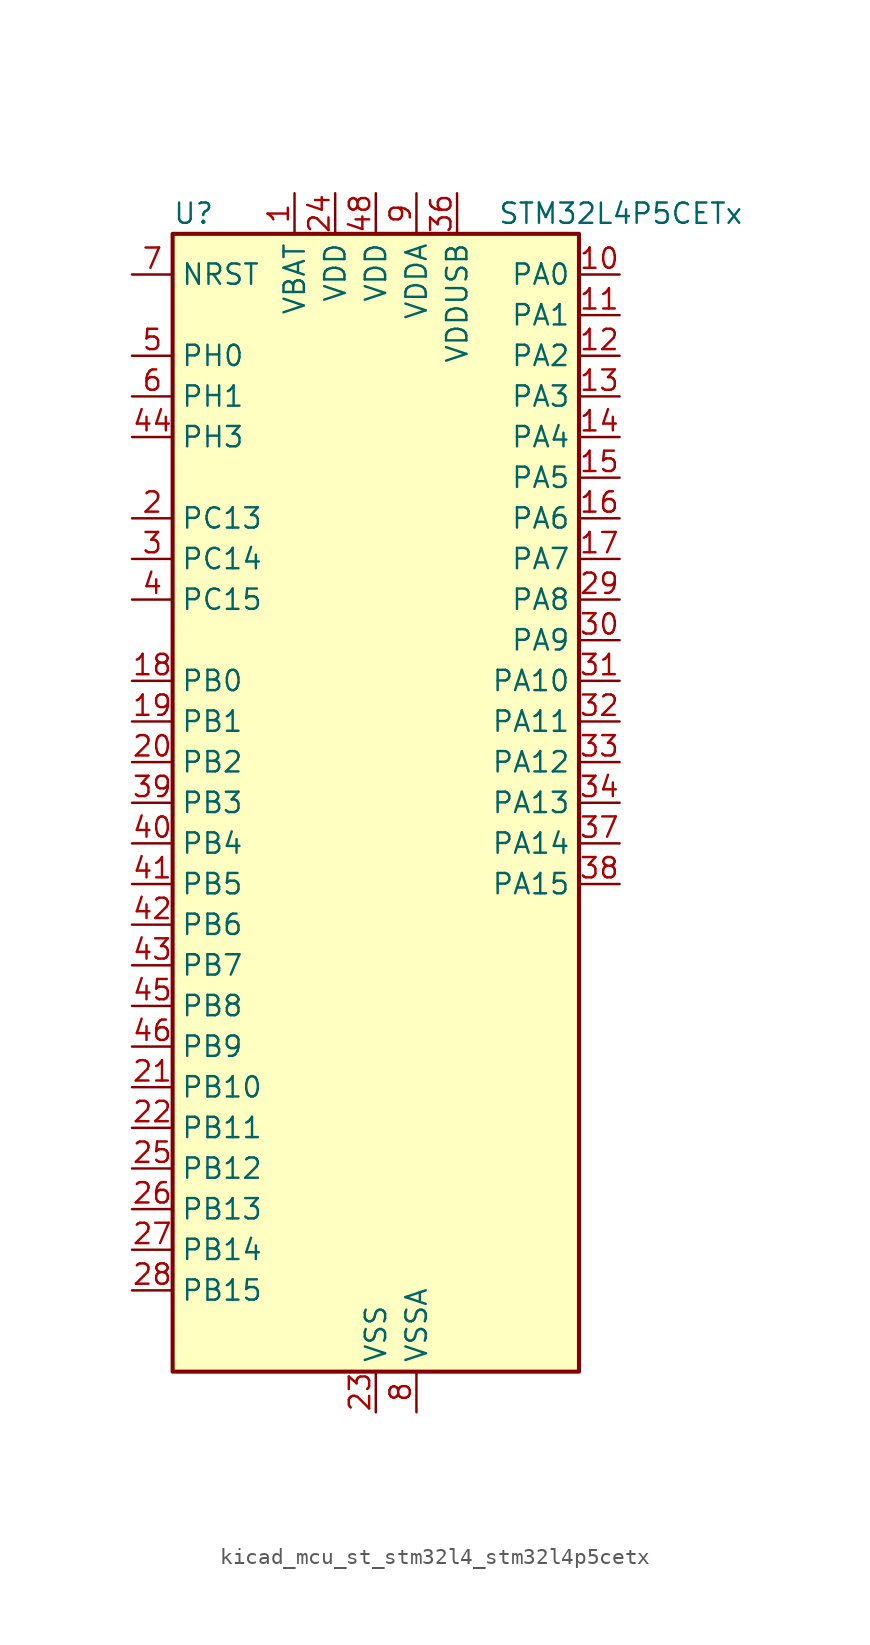
<source format=kicad_sym>
(kicad_symbol_lib
  (version 20220914)
  (generator kicad_symbol_editor)
  (symbol "kicad_mcu_st_stm32l4_stm32l4p5cetx"
    (property "Reference" "U"
      (at -12.7 36.83 0)
      (effects (font (size 1.27 1.27)) (justify left)))
    (property "Value" "STM32L4P5CETx"
      (at 7.62 36.83 0)
      (effects (font (size 1.27 1.27)) (justify left)))
    (property "ki_locked" ""
      (at 0 0 0)
      (effects (font (size 1.27 1.27))))
    (symbol "kicad_mcu_st_stm32l4_stm32l4p5cetx_0_1"
      (rectangle (start -12.7 -35.56) (end 12.7 35.56) (stroke (width 0.254) (type default)) (fill (type background))))
    (symbol "kicad_mcu_st_stm32l4_stm32l4p5cetx_1_1"
      (pin power_in line (at -5.08 38.1 270) (length 2.54) (name "VBAT" (effects (font (size 1.27 1.27)))) (number "1" (effects (font (size 1.27 1.27)))))
      (pin bidirectional line (at 15.24 33.02 180) (length 2.54) (name "PA0" (effects (font (size 1.27 1.27)))) (number "10" (effects (font (size 1.27 1.27)))) (alternate "ADC1_IN5" bidirectional line) (alternate "ADC2_IN5" bidirectional line) (alternate "OPAMP1_VINP" bidirectional line) (alternate "RTC_TAMP2" bidirectional line) (alternate "SAI1_EXTCLK" bidirectional line) (alternate "SYS_WKUP1" bidirectional line) (alternate "TIM2_CH1" bidirectional line) (alternate "TIM2_ETR" bidirectional line) (alternate "TIM5_CH1" bidirectional line) (alternate "TIM8_ETR" bidirectional line) (alternate "UART4_TX" bidirectional line) (alternate "USART2_CTS" bidirectional line) (alternate "USART2_NSS" bidirectional line))
      (pin bidirectional line (at 15.24 30.48 180) (length 2.54) (name "PA1" (effects (font (size 1.27 1.27)))) (number "11" (effects (font (size 1.27 1.27)))) (alternate "ADC1_IN6" bidirectional line) (alternate "ADC2_IN6" bidirectional line) (alternate "I2C1_SMBA" bidirectional line) (alternate "OCTOSPIM_P1_DQS" bidirectional line) (alternate "OPAMP1_VINM" bidirectional line) (alternate "SDMMC2_CMD" bidirectional line) (alternate "SPI1_SCK" bidirectional line) (alternate "TIM15_CH1N" bidirectional line) (alternate "TIM2_CH2" bidirectional line) (alternate "TIM5_CH2" bidirectional line) (alternate "UART4_RX" bidirectional line) (alternate "USART2_DE" bidirectional line) (alternate "USART2_RTS" bidirectional line))
      (pin bidirectional line (at 15.24 27.94 180) (length 2.54) (name "PA2" (effects (font (size 1.27 1.27)))) (number "12" (effects (font (size 1.27 1.27)))) (alternate "ADC1_IN7" bidirectional line) (alternate "ADC2_IN7" bidirectional line) (alternate "LPUART1_TX" bidirectional line) (alternate "OCTOSPIM_P1_NCS" bidirectional line) (alternate "RCC_LSCO" bidirectional line) (alternate "SAI2_EXTCLK" bidirectional line) (alternate "SYS_WKUP4" bidirectional line) (alternate "TIM15_CH1" bidirectional line) (alternate "TIM2_CH3" bidirectional line) (alternate "TIM5_CH3" bidirectional line) (alternate "USART2_TX" bidirectional line))
      (pin bidirectional line (at 15.24 25.4 180) (length 2.54) (name "PA3" (effects (font (size 1.27 1.27)))) (number "13" (effects (font (size 1.27 1.27)))) (alternate "ADC1_IN8" bidirectional line) (alternate "ADC2_IN8" bidirectional line) (alternate "LPUART1_RX" bidirectional line) (alternate "OCTOSPIM_P1_CLK" bidirectional line) (alternate "OPAMP1_VOUT" bidirectional line) (alternate "SAI1_CK1" bidirectional line) (alternate "SAI1_MCLK_A" bidirectional line) (alternate "TIM15_CH2" bidirectional line) (alternate "TIM2_CH4" bidirectional line) (alternate "TIM5_CH4" bidirectional line) (alternate "USART2_RX" bidirectional line))
      (pin bidirectional line (at 15.24 22.86 180) (length 2.54) (name "PA4" (effects (font (size 1.27 1.27)))) (number "14" (effects (font (size 1.27 1.27)))) (alternate "ADC1_IN9" bidirectional line) (alternate "ADC2_IN9" bidirectional line) (alternate "DAC1_OUT1" bidirectional line) (alternate "LPTIM2_OUT" bidirectional line) (alternate "LTDC_CLK" bidirectional line) (alternate "OCTOSPIM_P1_NCS" bidirectional line) (alternate "SAI1_FS_B" bidirectional line) (alternate "SPI1_NSS" bidirectional line) (alternate "SPI3_NSS" bidirectional line) (alternate "USART2_CK" bidirectional line))
      (pin bidirectional line (at 15.24 20.32 180) (length 2.54) (name "PA5" (effects (font (size 1.27 1.27)))) (number "15" (effects (font (size 1.27 1.27)))) (alternate "ADC1_IN10" bidirectional line) (alternate "ADC2_IN10" bidirectional line) (alternate "DAC1_OUT2" bidirectional line) (alternate "LPTIM2_ETR" bidirectional line) (alternate "LTDC_R7" bidirectional line) (alternate "SPI1_SCK" bidirectional line) (alternate "TIM2_CH1" bidirectional line) (alternate "TIM2_ETR" bidirectional line) (alternate "TIM8_CH1N" bidirectional line))
      (pin bidirectional line (at 15.24 17.78 180) (length 2.54) (name "PA6" (effects (font (size 1.27 1.27)))) (number "16" (effects (font (size 1.27 1.27)))) (alternate "ADC1_IN11" bidirectional line) (alternate "ADC2_IN11" bidirectional line) (alternate "LPUART1_CTS" bidirectional line) (alternate "OCTOSPIM_P1_IO3" bidirectional line) (alternate "OPAMP2_VINP" bidirectional line) (alternate "SPI1_MISO" bidirectional line) (alternate "TIM16_CH1" bidirectional line) (alternate "TIM1_BKIN" bidirectional line) (alternate "TIM3_CH1" bidirectional line) (alternate "TIM8_BKIN" bidirectional line) (alternate "USART3_CTS" bidirectional line) (alternate "USART3_NSS" bidirectional line))
      (pin bidirectional line (at 15.24 15.24 180) (length 2.54) (name "PA7" (effects (font (size 1.27 1.27)))) (number "17" (effects (font (size 1.27 1.27)))) (alternate "ADC1_IN12" bidirectional line) (alternate "ADC2_IN12" bidirectional line) (alternate "I2C3_SCL" bidirectional line) (alternate "OCTOSPIM_P1_IO2" bidirectional line) (alternate "OPAMP2_VINM" bidirectional line) (alternate "SPI1_MOSI" bidirectional line) (alternate "TIM17_CH1" bidirectional line) (alternate "TIM1_CH1N" bidirectional line) (alternate "TIM3_CH2" bidirectional line) (alternate "TIM8_CH1N" bidirectional line))
      (pin bidirectional line (at -15.24 7.62 0) (length 2.54) (name "PB0" (effects (font (size 1.27 1.27)))) (number "18" (effects (font (size 1.27 1.27)))) (alternate "ADC1_IN15" bidirectional line) (alternate "ADC2_IN15" bidirectional line) (alternate "COMP1_OUT" bidirectional line) (alternate "LTDC_B6" bidirectional line) (alternate "OCTOSPIM_P1_IO1" bidirectional line) (alternate "OPAMP2_VOUT" bidirectional line) (alternate "SAI1_EXTCLK" bidirectional line) (alternate "SPI1_NSS" bidirectional line) (alternate "TIM1_CH2N" bidirectional line) (alternate "TIM3_CH3" bidirectional line) (alternate "TIM8_CH2N" bidirectional line) (alternate "USART3_CK" bidirectional line))
      (pin bidirectional line (at -15.24 5.08 0) (length 2.54) (name "PB1" (effects (font (size 1.27 1.27)))) (number "19" (effects (font (size 1.27 1.27)))) (alternate "ADC1_IN16" bidirectional line) (alternate "ADC2_IN16" bidirectional line) (alternate "COMP1_INM" bidirectional line) (alternate "DFSDM1_DATIN0" bidirectional line) (alternate "LPTIM2_IN1" bidirectional line) (alternate "LPUART1_DE" bidirectional line) (alternate "LPUART1_RTS" bidirectional line) (alternate "LTDC_G6" bidirectional line) (alternate "OCTOSPIM_P1_IO0" bidirectional line) (alternate "TIM1_CH3N" bidirectional line) (alternate "TIM3_CH4" bidirectional line) (alternate "TIM8_CH3N" bidirectional line) (alternate "USART3_DE" bidirectional line) (alternate "USART3_RTS" bidirectional line))
      (pin bidirectional line (at -15.24 17.78 0) (length 2.54) (name "PC13" (effects (font (size 1.27 1.27)))) (number "2" (effects (font (size 1.27 1.27)))) (alternate "RTC_OUT1" bidirectional line) (alternate "RTC_TAMP1" bidirectional line) (alternate "RTC_TS" bidirectional line) (alternate "SYS_WKUP2" bidirectional line))
      (pin bidirectional line (at -15.24 2.54 0) (length 2.54) (name "PB2" (effects (font (size 1.27 1.27)))) (number "20" (effects (font (size 1.27 1.27)))) (alternate "COMP1_INP" bidirectional line) (alternate "DFSDM1_CKIN0" bidirectional line) (alternate "I2C3_SMBA" bidirectional line) (alternate "LPTIM1_OUT" bidirectional line) (alternate "OCTOSPIM_P1_DQS" bidirectional line) (alternate "RTC_OUT2" bidirectional line))
      (pin bidirectional line (at -15.24 -17.78 0) (length 2.54) (name "PB10" (effects (font (size 1.27 1.27)))) (number "21" (effects (font (size 1.27 1.27)))) (alternate "COMP1_OUT" bidirectional line) (alternate "I2C2_SCL" bidirectional line) (alternate "I2C4_SCL" bidirectional line) (alternate "LPUART1_RX" bidirectional line) (alternate "OCTOSPIM_P1_CLK" bidirectional line) (alternate "OCTOSPIM_P1_IO3" bidirectional line) (alternate "SAI1_SCK_A" bidirectional line) (alternate "SPI2_SCK" bidirectional line) (alternate "TIM2_CH3" bidirectional line) (alternate "TSC_SYNC" bidirectional line) (alternate "USART3_TX" bidirectional line))
      (pin bidirectional line (at -15.24 -20.32 0) (length 2.54) (name "PB11" (effects (font (size 1.27 1.27)))) (number "22" (effects (font (size 1.27 1.27)))) (alternate "ADC1_EXTI11" bidirectional line) (alternate "ADC2_EXTI11" bidirectional line) (alternate "COMP2_OUT" bidirectional line) (alternate "I2C2_SDA" bidirectional line) (alternate "I2C4_SDA" bidirectional line) (alternate "LPUART1_TX" bidirectional line) (alternate "LTDC_VSYNC" bidirectional line) (alternate "OCTOSPIM_P1_NCS" bidirectional line) (alternate "TIM2_CH4" bidirectional line) (alternate "USART3_RX" bidirectional line))
      (pin power_in line (at 0 -38.1 90) (length 2.54) (name "VSS" (effects (font (size 1.27 1.27)))) (number "23" (effects (font (size 1.27 1.27)))))
      (pin power_in line (at -2.54 38.1 270) (length 2.54) (name "VDD" (effects (font (size 1.27 1.27)))) (number "24" (effects (font (size 1.27 1.27)))))
      (pin bidirectional line (at -15.24 -22.86 0) (length 2.54) (name "PB12" (effects (font (size 1.27 1.27)))) (number "25" (effects (font (size 1.27 1.27)))) (alternate "DFSDM1_DATIN1" bidirectional line) (alternate "I2C2_SMBA" bidirectional line) (alternate "LPUART1_DE" bidirectional line) (alternate "LPUART1_RTS" bidirectional line) (alternate "OCTOSPIM_P1_NCLK" bidirectional line) (alternate "SAI2_FS_A" bidirectional line) (alternate "SDMMC2_CK" bidirectional line) (alternate "SPI2_NSS" bidirectional line) (alternate "TIM15_BKIN" bidirectional line) (alternate "TIM1_BKIN" bidirectional line) (alternate "TSC_G1_IO1" bidirectional line) (alternate "USART3_CK" bidirectional line))
      (pin bidirectional line (at -15.24 -25.4 0) (length 2.54) (name "PB13" (effects (font (size 1.27 1.27)))) (number "26" (effects (font (size 1.27 1.27)))) (alternate "DFSDM1_CKIN1" bidirectional line) (alternate "I2C2_SCL" bidirectional line) (alternate "LPUART1_CTS" bidirectional line) (alternate "OCTOSPIM_P1_IO1" bidirectional line) (alternate "SAI2_SCK_A" bidirectional line) (alternate "SPI2_SCK" bidirectional line) (alternate "TIM15_CH1N" bidirectional line) (alternate "TIM1_CH1N" bidirectional line) (alternate "TSC_G1_IO2" bidirectional line) (alternate "USART3_CTS" bidirectional line) (alternate "USART3_NSS" bidirectional line))
      (pin bidirectional line (at -15.24 -27.94 0) (length 2.54) (name "PB14" (effects (font (size 1.27 1.27)))) (number "27" (effects (font (size 1.27 1.27)))) (alternate "DFSDM1_DATIN2" bidirectional line) (alternate "I2C2_SDA" bidirectional line) (alternate "OCTOSPIM_P1_IO6" bidirectional line) (alternate "SAI2_MCLK_A" bidirectional line) (alternate "SDMMC2_D0" bidirectional line) (alternate "SPI2_MISO" bidirectional line) (alternate "TIM15_CH1" bidirectional line) (alternate "TIM1_CH2N" bidirectional line) (alternate "TIM8_CH2N" bidirectional line) (alternate "TSC_G1_IO3" bidirectional line) (alternate "USART3_DE" bidirectional line) (alternate "USART3_RTS" bidirectional line))
      (pin bidirectional line (at -15.24 -30.48 0) (length 2.54) (name "PB15" (effects (font (size 1.27 1.27)))) (number "28" (effects (font (size 1.27 1.27)))) (alternate "ADC1_EXTI15" bidirectional line) (alternate "ADC2_EXTI15" bidirectional line) (alternate "DFSDM1_CKIN2" bidirectional line) (alternate "OCTOSPIM_P1_IO7" bidirectional line) (alternate "RTC_REFIN" bidirectional line) (alternate "SAI2_SD_A" bidirectional line) (alternate "SDMMC2_D1" bidirectional line) (alternate "SPI2_MOSI" bidirectional line) (alternate "TIM15_CH2" bidirectional line) (alternate "TIM1_CH3N" bidirectional line) (alternate "TIM8_CH3N" bidirectional line) (alternate "TSC_G1_IO4" bidirectional line))
      (pin bidirectional line (at 15.24 12.7 180) (length 2.54) (name "PA8" (effects (font (size 1.27 1.27)))) (number "29" (effects (font (size 1.27 1.27)))) (alternate "LPTIM2_OUT" bidirectional line) (alternate "LTDC_B7" bidirectional line) (alternate "RCC_MCO" bidirectional line) (alternate "SAI1_CK2" bidirectional line) (alternate "SAI1_SCK_A" bidirectional line) (alternate "TIM1_CH1" bidirectional line) (alternate "USART1_CK" bidirectional line) (alternate "USB_OTG_FS_SOF" bidirectional line))
      (pin bidirectional line (at -15.24 15.24 0) (length 2.54) (name "PC14" (effects (font (size 1.27 1.27)))) (number "3" (effects (font (size 1.27 1.27)))) (alternate "RCC_OSC32_IN" bidirectional line))
      (pin bidirectional line (at 15.24 10.16 180) (length 2.54) (name "PA9" (effects (font (size 1.27 1.27)))) (number "30" (effects (font (size 1.27 1.27)))) (alternate "DAC1_EXTI9" bidirectional line) (alternate "LTDC_G7" bidirectional line) (alternate "SAI1_FS_A" bidirectional line) (alternate "SPI2_SCK" bidirectional line) (alternate "TIM15_BKIN" bidirectional line) (alternate "TIM1_CH2" bidirectional line) (alternate "USART1_TX" bidirectional line) (alternate "USB_OTG_FS_VBUS" bidirectional line))
      (pin bidirectional line (at 15.24 7.62 180) (length 2.54) (name "PA10" (effects (font (size 1.27 1.27)))) (number "31" (effects (font (size 1.27 1.27)))) (alternate "LTDC_G6" bidirectional line) (alternate "SAI1_D1" bidirectional line) (alternate "SAI1_SD_A" bidirectional line) (alternate "TIM17_BKIN" bidirectional line) (alternate "TIM1_CH3" bidirectional line) (alternate "USART1_RX" bidirectional line) (alternate "USB_OTG_FS_ID" bidirectional line))
      (pin bidirectional line (at 15.24 5.08 180) (length 2.54) (name "PA11" (effects (font (size 1.27 1.27)))) (number "32" (effects (font (size 1.27 1.27)))) (alternate "ADC1_EXTI11" bidirectional line) (alternate "ADC2_EXTI11" bidirectional line) (alternate "CAN1_RX" bidirectional line) (alternate "LTDC_DE" bidirectional line) (alternate "SPI1_MISO" bidirectional line) (alternate "TIM1_BKIN2" bidirectional line) (alternate "TIM1_CH4" bidirectional line) (alternate "USART1_CTS" bidirectional line) (alternate "USART1_NSS" bidirectional line) (alternate "USB_OTG_FS_DM" bidirectional line))
      (pin bidirectional line (at 15.24 2.54 180) (length 2.54) (name "PA12" (effects (font (size 1.27 1.27)))) (number "33" (effects (font (size 1.27 1.27)))) (alternate "CAN1_TX" bidirectional line) (alternate "LTDC_VSYNC" bidirectional line) (alternate "OCTOSPIM_P2_NCS" bidirectional line) (alternate "SPI1_MOSI" bidirectional line) (alternate "TIM1_ETR" bidirectional line) (alternate "USART1_DE" bidirectional line) (alternate "USART1_RTS" bidirectional line) (alternate "USB_OTG_FS_DP" bidirectional line))
      (pin bidirectional line (at 15.24 0 180) (length 2.54) (name "PA13" (effects (font (size 1.27 1.27)))) (number "34" (effects (font (size 1.27 1.27)))) (alternate "IR_OUT" bidirectional line) (alternate "SAI1_SD_B" bidirectional line) (alternate "SYS_JTMS-SWDIO" bidirectional line) (alternate "USB_OTG_FS_NOE" bidirectional line))
      (pin passive line (at 0 -38.1 90) (length 2.54) hide (name "VSS" (effects (font (size 1.27 1.27)))) (number "35" (effects (font (size 1.27 1.27)))))
      (pin power_in line (at 5.08 38.1 270) (length 2.54) (name "VDDUSB" (effects (font (size 1.27 1.27)))) (number "36" (effects (font (size 1.27 1.27)))))
      (pin bidirectional line (at 15.24 -2.54 180) (length 2.54) (name "PA14" (effects (font (size 1.27 1.27)))) (number "37" (effects (font (size 1.27 1.27)))) (alternate "I2C1_SMBA" bidirectional line) (alternate "I2C4_SMBA" bidirectional line) (alternate "LPTIM1_OUT" bidirectional line) (alternate "SAI1_FS_B" bidirectional line) (alternate "SYS_JTCK-SWCLK" bidirectional line) (alternate "USB_OTG_FS_SOF" bidirectional line))
      (pin bidirectional line (at 15.24 -5.08 180) (length 2.54) (name "PA15" (effects (font (size 1.27 1.27)))) (number "38" (effects (font (size 1.27 1.27)))) (alternate "ADC1_EXTI15" bidirectional line) (alternate "ADC2_EXTI15" bidirectional line) (alternate "LTDC_HSYNC" bidirectional line) (alternate "SAI2_FS_B" bidirectional line) (alternate "SPI1_NSS" bidirectional line) (alternate "SPI3_NSS" bidirectional line) (alternate "SYS_JTDI" bidirectional line) (alternate "TIM2_CH1" bidirectional line) (alternate "TIM2_ETR" bidirectional line) (alternate "TSC_G3_IO1" bidirectional line) (alternate "UART4_DE" bidirectional line) (alternate "UART4_RTS" bidirectional line) (alternate "USART2_RX" bidirectional line) (alternate "USART3_DE" bidirectional line) (alternate "USART3_RTS" bidirectional line))
      (pin bidirectional line (at -15.24 0 0) (length 2.54) (name "PB3" (effects (font (size 1.27 1.27)))) (number "39" (effects (font (size 1.27 1.27)))) (alternate "COMP2_INM" bidirectional line) (alternate "CRS_SYNC" bidirectional line) (alternate "OCTOSPIM_P1_IO4" bidirectional line) (alternate "SAI1_SCK_B" bidirectional line) (alternate "SDMMC2_D2" bidirectional line) (alternate "SPI1_SCK" bidirectional line) (alternate "SPI3_SCK" bidirectional line) (alternate "SYS_JTDO-SWO" bidirectional line) (alternate "TIM2_CH2" bidirectional line) (alternate "USART1_DE" bidirectional line) (alternate "USART1_RTS" bidirectional line))
      (pin bidirectional line (at -15.24 12.7 0) (length 2.54) (name "PC15" (effects (font (size 1.27 1.27)))) (number "4" (effects (font (size 1.27 1.27)))) (alternate "ADC1_EXTI15" bidirectional line) (alternate "ADC2_EXTI15" bidirectional line) (alternate "RCC_OSC32_OUT" bidirectional line))
      (pin bidirectional line (at -15.24 -2.54 0) (length 2.54) (name "PB4" (effects (font (size 1.27 1.27)))) (number "40" (effects (font (size 1.27 1.27)))) (alternate "COMP2_INP" bidirectional line) (alternate "I2C3_SDA" bidirectional line) (alternate "OCTOSPIM_P1_IO5" bidirectional line) (alternate "SAI1_MCLK_B" bidirectional line) (alternate "SDMMC2_D3" bidirectional line) (alternate "SPI1_MISO" bidirectional line) (alternate "SPI3_MISO" bidirectional line) (alternate "SYS_JTRST" bidirectional line) (alternate "TIM17_BKIN" bidirectional line) (alternate "TIM3_CH1" bidirectional line) (alternate "TSC_G2_IO1" bidirectional line) (alternate "USART1_CTS" bidirectional line) (alternate "USART1_NSS" bidirectional line))
      (pin bidirectional line (at -15.24 -5.08 0) (length 2.54) (name "PB5" (effects (font (size 1.27 1.27)))) (number "41" (effects (font (size 1.27 1.27)))) (alternate "COMP2_OUT" bidirectional line) (alternate "I2C1_SMBA" bidirectional line) (alternate "LPTIM1_IN1" bidirectional line) (alternate "OCTOSPIM_P1_IO0" bidirectional line) (alternate "SAI1_SD_B" bidirectional line) (alternate "SPI1_MOSI" bidirectional line) (alternate "SPI3_MOSI" bidirectional line) (alternate "TIM16_BKIN" bidirectional line) (alternate "TIM3_CH2" bidirectional line) (alternate "TSC_G2_IO2" bidirectional line) (alternate "USART1_CK" bidirectional line))
      (pin bidirectional line (at -15.24 -7.62 0) (length 2.54) (name "PB6" (effects (font (size 1.27 1.27)))) (number "42" (effects (font (size 1.27 1.27)))) (alternate "COMP2_INP" bidirectional line) (alternate "I2C1_SCL" bidirectional line) (alternate "I2C4_SCL" bidirectional line) (alternate "LPTIM1_ETR" bidirectional line) (alternate "LTDC_R6" bidirectional line) (alternate "SAI1_FS_B" bidirectional line) (alternate "TIM16_CH1N" bidirectional line) (alternate "TIM4_CH1" bidirectional line) (alternate "TIM8_BKIN2" bidirectional line) (alternate "TSC_G2_IO3" bidirectional line) (alternate "USART1_TX" bidirectional line))
      (pin bidirectional line (at -15.24 -10.16 0) (length 2.54) (name "PB7" (effects (font (size 1.27 1.27)))) (number "43" (effects (font (size 1.27 1.27)))) (alternate "COMP2_INM" bidirectional line) (alternate "I2C1_SDA" bidirectional line) (alternate "I2C4_SDA" bidirectional line) (alternate "LPTIM1_IN2" bidirectional line) (alternate "LTDC_VSYNC" bidirectional line) (alternate "SYS_PVD_IN" bidirectional line) (alternate "TIM17_CH1N" bidirectional line) (alternate "TIM4_CH2" bidirectional line) (alternate "TIM8_BKIN" bidirectional line) (alternate "TSC_G2_IO4" bidirectional line) (alternate "UART4_CTS" bidirectional line) (alternate "USART1_RX" bidirectional line))
      (pin bidirectional line (at -15.24 22.86 0) (length 2.54) (name "PH3" (effects (font (size 1.27 1.27)))) (number "44" (effects (font (size 1.27 1.27)))))
      (pin bidirectional line (at -15.24 -12.7 0) (length 2.54) (name "PB8" (effects (font (size 1.27 1.27)))) (number "45" (effects (font (size 1.27 1.27)))) (alternate "CAN1_RX" bidirectional line) (alternate "DFSDM1_CKOUT" bidirectional line) (alternate "I2C1_SCL" bidirectional line) (alternate "LTDC_DE" bidirectional line) (alternate "SAI1_CK1" bidirectional line) (alternate "SAI1_MCLK_A" bidirectional line) (alternate "SDMMC2_D4" bidirectional line) (alternate "TIM16_CH1" bidirectional line) (alternate "TIM4_CH3" bidirectional line))
      (pin bidirectional line (at -15.24 -15.24 0) (length 2.54) (name "PB9" (effects (font (size 1.27 1.27)))) (number "46" (effects (font (size 1.27 1.27)))) (alternate "CAN1_TX" bidirectional line) (alternate "DAC1_EXTI9" bidirectional line) (alternate "I2C1_SDA" bidirectional line) (alternate "IR_OUT" bidirectional line) (alternate "SAI1_D2" bidirectional line) (alternate "SAI1_FS_A" bidirectional line) (alternate "SDMMC2_D5" bidirectional line) (alternate "SPI2_NSS" bidirectional line) (alternate "TIM17_CH1" bidirectional line) (alternate "TIM4_CH4" bidirectional line))
      (pin passive line (at 0 -38.1 90) (length 2.54) hide (name "VSS" (effects (font (size 1.27 1.27)))) (number "47" (effects (font (size 1.27 1.27)))))
      (pin power_in line (at 0 38.1 270) (length 2.54) (name "VDD" (effects (font (size 1.27 1.27)))) (number "48" (effects (font (size 1.27 1.27)))))
      (pin bidirectional line (at -15.24 27.94 0) (length 2.54) (name "PH0" (effects (font (size 1.27 1.27)))) (number "5" (effects (font (size 1.27 1.27)))) (alternate "RCC_OSC_IN" bidirectional line))
      (pin bidirectional line (at -15.24 25.4 0) (length 2.54) (name "PH1" (effects (font (size 1.27 1.27)))) (number "6" (effects (font (size 1.27 1.27)))) (alternate "RCC_OSC_OUT" bidirectional line))
      (pin input line (at -15.24 33.02 0) (length 2.54) (name "NRST" (effects (font (size 1.27 1.27)))) (number "7" (effects (font (size 1.27 1.27)))))
      (pin power_in line (at 2.54 -38.1 90) (length 2.54) (name "VSSA" (effects (font (size 1.27 1.27)))) (number "8" (effects (font (size 1.27 1.27)))))
      (pin power_in line (at 2.54 38.1 270) (length 2.54) (name "VDDA" (effects (font (size 1.27 1.27)))) (number "9" (effects (font (size 1.27 1.27))))))))
</source>
